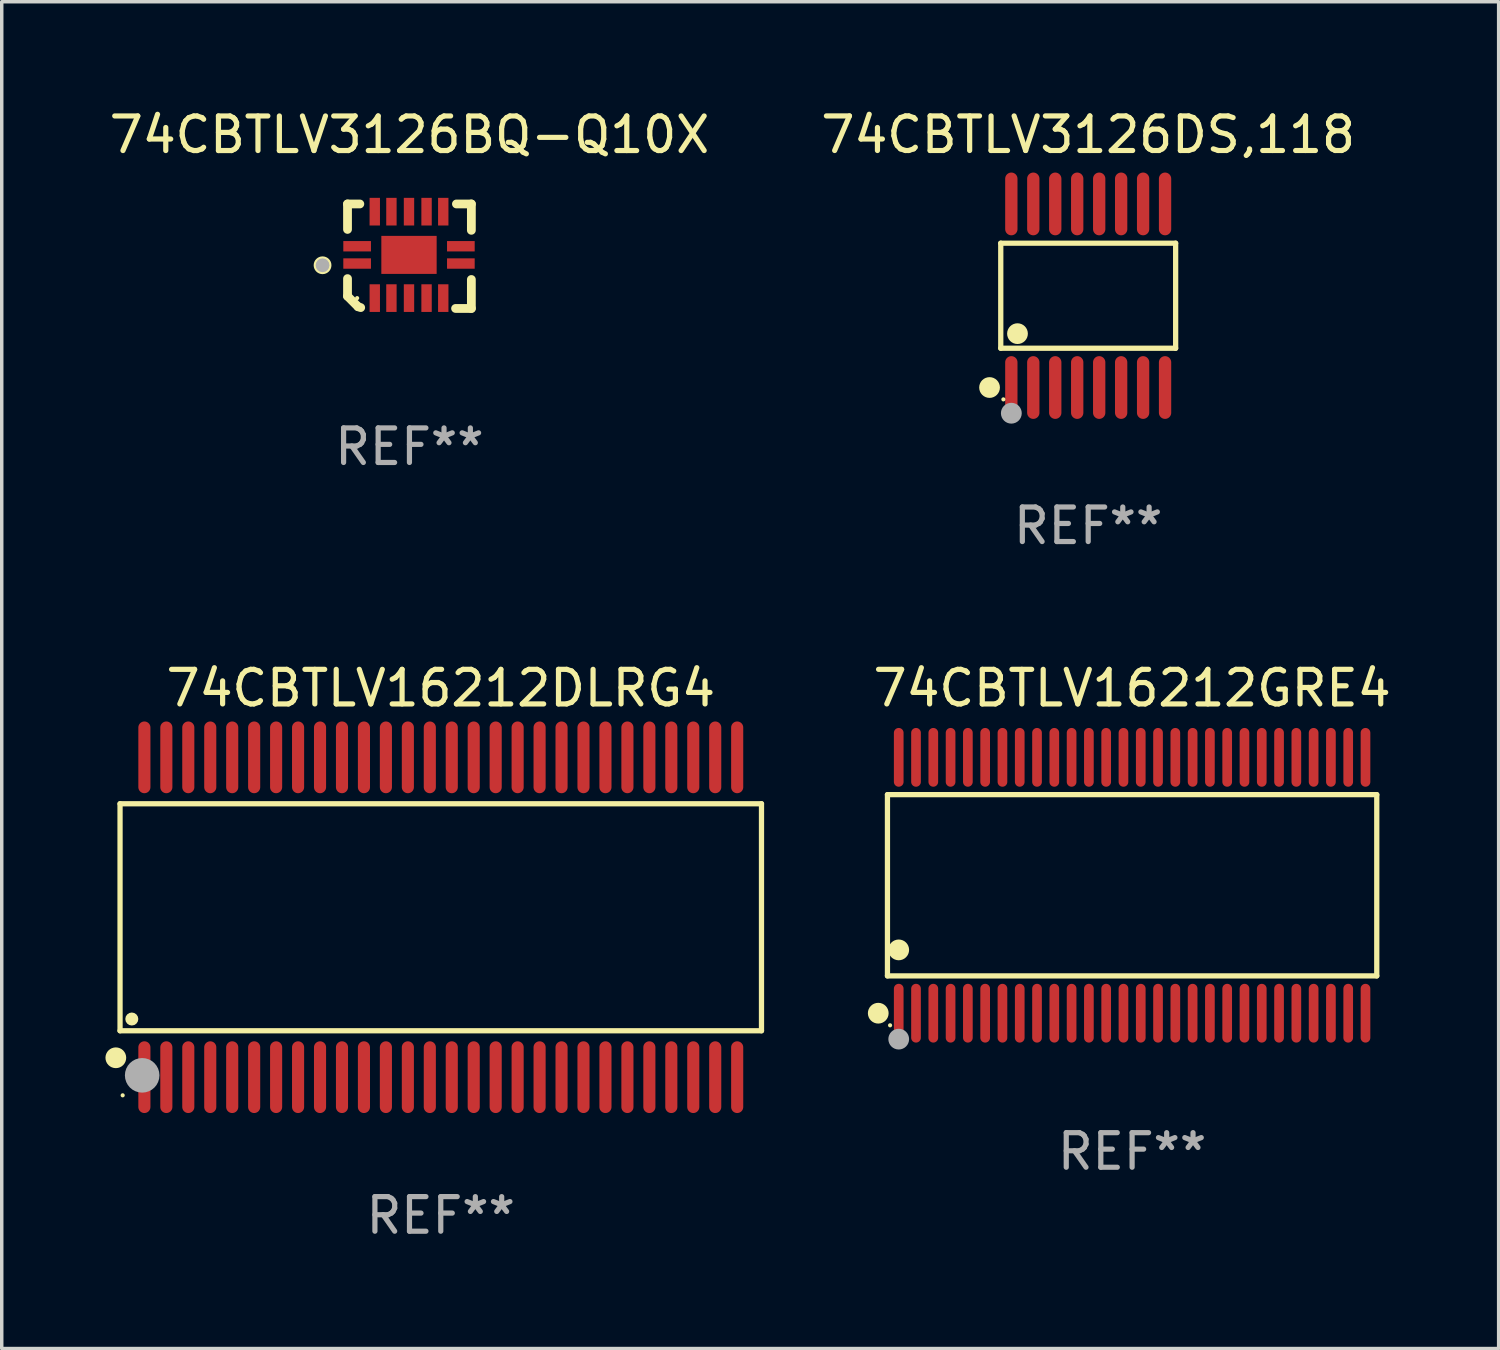
<source format=kicad_pcb>
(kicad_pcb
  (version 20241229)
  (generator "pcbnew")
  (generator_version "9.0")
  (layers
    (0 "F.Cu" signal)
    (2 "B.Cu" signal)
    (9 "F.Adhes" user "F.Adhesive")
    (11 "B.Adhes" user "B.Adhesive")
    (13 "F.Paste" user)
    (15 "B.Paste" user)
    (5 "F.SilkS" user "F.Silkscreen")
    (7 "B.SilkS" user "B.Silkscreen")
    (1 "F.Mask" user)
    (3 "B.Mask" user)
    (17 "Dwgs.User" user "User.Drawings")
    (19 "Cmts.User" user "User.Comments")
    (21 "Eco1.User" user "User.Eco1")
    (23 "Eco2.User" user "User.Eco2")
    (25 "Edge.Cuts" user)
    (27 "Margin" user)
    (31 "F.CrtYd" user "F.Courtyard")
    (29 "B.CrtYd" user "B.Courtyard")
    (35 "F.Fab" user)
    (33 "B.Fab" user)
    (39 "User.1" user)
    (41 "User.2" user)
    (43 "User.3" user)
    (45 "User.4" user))
  (footprint "74CBTLV16212DLRG4"
    (layer "F.Cu")
    (at 9.698 23.479)
    (property "Reference" "74CBTLV16212DLRG4" (at 0 -6.625 0) (layer "F.SilkS") (effects (font (size 1 1) (thickness 0.15))))
    (attr through_hole)
    (fp_line (start -9.276 -3.283) (end 9.276 -3.283) (stroke (width 0.152) (type solid)) (layer "F.SilkS"))
    (fp_line (start -9.276 3.283) (end -9.276 -3.283) (stroke (width 0.152) (type solid)) (layer "F.SilkS"))
    (fp_line (start 9.276 -3.283) (end 9.276 3.283) (stroke (width 0.152) (type solid)) (layer "F.SilkS"))
    (fp_line (start 9.276 3.283) (end -9.276 3.283) (stroke (width 0.152) (type solid)) (layer "F.SilkS"))
    (fp_circle (center -9.398 4.064) (end -9.248 4.064) (stroke (width 0.3) (type solid)) (fill no) (layer "F.SilkS"))
    (fp_circle (center -9.2 5.15) (end -9.17 5.15) (stroke (width 0.06) (type solid)) (fill no) (layer "F.SilkS"))
    (fp_circle (center -8.936 2.943) (end -8.842 2.943) (stroke (width 0.188) (type solid)) (fill no) (layer "F.SilkS"))
    (fp_circle (center -8.636 4.572) (end -8.386 4.572) (stroke (width 0.5) (type solid)) (fill no) (layer "F.Fab"))
    (fp_text user "REF**" (at 0 8.625 0) (layer "F.Fab") (effects (font (size 1 1) (thickness 0.15))))
    (pad "1" smd oval (at -8.572 4.625 90) (size 2.075 0.35) (layers "F.Cu" "F.Mask" "F.Paste"))
    (pad "2" smd oval (at -7.937 4.625 90) (size 2.075 0.35) (layers "F.Cu" "F.Mask" "F.Paste"))
    (pad "3" smd oval (at -7.302 4.625 90) (size 2.075 0.35) (layers "F.Cu" "F.Mask" "F.Paste"))
    (pad "4" smd oval (at -6.667 4.625 90) (size 2.075 0.35) (layers "F.Cu" "F.Mask" "F.Paste"))
    (pad "5" smd oval (at -6.032 4.625 90) (size 2.075 0.35) (layers "F.Cu" "F.Mask" "F.Paste"))
    (pad "6" smd oval (at -5.397 4.625 90) (size 2.075 0.35) (layers "F.Cu" "F.Mask" "F.Paste"))
    (pad "7" smd oval (at -4.762 4.625 90) (size 2.075 0.35) (layers "F.Cu" "F.Mask" "F.Paste"))
    (pad "8" smd oval (at -4.127 4.625 90) (size 2.075 0.35) (layers "F.Cu" "F.Mask" "F.Paste"))
    (pad "9" smd oval (at -3.492 4.625 90) (size 2.075 0.35) (layers "F.Cu" "F.Mask" "F.Paste"))
    (pad "10" smd oval (at -2.857 4.625 90) (size 2.075 0.35) (layers "F.Cu" "F.Mask" "F.Paste"))
    (pad "11" smd oval (at -2.222 4.625 90) (size 2.075 0.35) (layers "F.Cu" "F.Mask" "F.Paste"))
    (pad "12" smd oval (at -1.587 4.625 90) (size 2.075 0.35) (layers "F.Cu" "F.Mask" "F.Paste"))
    (pad "13" smd oval (at -0.952 4.625 90) (size 2.075 0.35) (layers "F.Cu" "F.Mask" "F.Paste"))
    (pad "14" smd oval (at -0.317 4.625 90) (size 2.075 0.35) (layers "F.Cu" "F.Mask" "F.Paste"))
    (pad "15" smd oval (at 0.318 4.625 90) (size 2.075 0.35) (layers "F.Cu" "F.Mask" "F.Paste"))
    (pad "16" smd oval (at 0.953 4.625 90) (size 2.075 0.35) (layers "F.Cu" "F.Mask" "F.Paste"))
    (pad "17" smd oval (at 1.588 4.625 90) (size 2.075 0.35) (layers "F.Cu" "F.Mask" "F.Paste"))
    (pad "18" smd oval (at 2.223 4.625 90) (size 2.075 0.35) (layers "F.Cu" "F.Mask" "F.Paste"))
    (pad "19" smd oval (at 2.858 4.625 90) (size 2.075 0.35) (layers "F.Cu" "F.Mask" "F.Paste"))
    (pad "20" smd oval (at 3.493 4.625 90) (size 2.075 0.35) (layers "F.Cu" "F.Mask" "F.Paste"))
    (pad "21" smd oval (at 4.128 4.625 90) (size 2.075 0.35) (layers "F.Cu" "F.Mask" "F.Paste"))
    (pad "22" smd oval (at 4.763 4.625 90) (size 2.075 0.35) (layers "F.Cu" "F.Mask" "F.Paste"))
    (pad "23" smd oval (at 5.398 4.625 90) (size 2.075 0.35) (layers "F.Cu" "F.Mask" "F.Paste"))
    (pad "24" smd oval (at 6.033 4.625 90) (size 2.075 0.35) (layers "F.Cu" "F.Mask" "F.Paste"))
    (pad "25" smd oval (at 6.668 4.625 90) (size 2.075 0.35) (layers "F.Cu" "F.Mask" "F.Paste"))
    (pad "26" smd oval (at 7.303 4.625 90) (size 2.075 0.35) (layers "F.Cu" "F.Mask" "F.Paste"))
    (pad "27" smd oval (at 7.938 4.625 90) (size 2.075 0.35) (layers "F.Cu" "F.Mask" "F.Paste"))
    (pad "28" smd oval (at 8.573 4.625 90) (size 2.075 0.35) (layers "F.Cu" "F.Mask" "F.Paste"))
    (pad "29" smd oval (at 8.573 -4.625 90) (size 2.075 0.35) (layers "F.Cu" "F.Mask" "F.Paste"))
    (pad "30" smd oval (at 7.938 -4.625 90) (size 2.075 0.35) (layers "F.Cu" "F.Mask" "F.Paste"))
    (pad "31" smd oval (at 7.303 -4.625 90) (size 2.075 0.35) (layers "F.Cu" "F.Mask" "F.Paste"))
    (pad "32" smd oval (at 6.668 -4.625 90) (size 2.075 0.35) (layers "F.Cu" "F.Mask" "F.Paste"))
    (pad "33" smd oval (at 6.033 -4.625 90) (size 2.075 0.35) (layers "F.Cu" "F.Mask" "F.Paste"))
    (pad "34" smd oval (at 5.398 -4.625 90) (size 2.075 0.35) (layers "F.Cu" "F.Mask" "F.Paste"))
    (pad "35" smd oval (at 4.763 -4.625 90) (size 2.075 0.35) (layers "F.Cu" "F.Mask" "F.Paste"))
    (pad "36" smd oval (at 4.128 -4.625 90) (size 2.075 0.35) (layers "F.Cu" "F.Mask" "F.Paste"))
    (pad "37" smd oval (at 3.493 -4.625 90) (size 2.075 0.35) (layers "F.Cu" "F.Mask" "F.Paste"))
    (pad "38" smd oval (at 2.858 -4.625 90) (size 2.075 0.35) (layers "F.Cu" "F.Mask" "F.Paste"))
    (pad "39" smd oval (at 2.223 -4.625 90) (size 2.075 0.35) (layers "F.Cu" "F.Mask" "F.Paste"))
    (pad "40" smd oval (at 1.588 -4.625 90) (size 2.075 0.35) (layers "F.Cu" "F.Mask" "F.Paste"))
    (pad "41" smd oval (at 0.953 -4.625 90) (size 2.075 0.35) (layers "F.Cu" "F.Mask" "F.Paste"))
    (pad "42" smd oval (at 0.318 -4.625 90) (size 2.075 0.35) (layers "F.Cu" "F.Mask" "F.Paste"))
    (pad "43" smd oval (at -0.317 -4.625 90) (size 2.075 0.35) (layers "F.Cu" "F.Mask" "F.Paste"))
    (pad "44" smd oval (at -0.952 -4.625 90) (size 2.075 0.35) (layers "F.Cu" "F.Mask" "F.Paste"))
    (pad "45" smd oval (at -1.587 -4.625 90) (size 2.075 0.35) (layers "F.Cu" "F.Mask" "F.Paste"))
    (pad "46" smd oval (at -2.222 -4.625 90) (size 2.075 0.35) (layers "F.Cu" "F.Mask" "F.Paste"))
    (pad "47" smd oval (at -2.857 -4.625 90) (size 2.075 0.35) (layers "F.Cu" "F.Mask" "F.Paste"))
    (pad "48" smd oval (at -3.492 -4.625 90) (size 2.075 0.35) (layers "F.Cu" "F.Mask" "F.Paste"))
    (pad "49" smd oval (at -4.127 -4.625 90) (size 2.075 0.35) (layers "F.Cu" "F.Mask" "F.Paste"))
    (pad "50" smd oval (at -4.762 -4.625 90) (size 2.075 0.35) (layers "F.Cu" "F.Mask" "F.Paste"))
    (pad "51" smd oval (at -5.397 -4.625 90) (size 2.075 0.35) (layers "F.Cu" "F.Mask" "F.Paste"))
    (pad "52" smd oval (at -6.032 -4.625 90) (size 2.075 0.35) (layers "F.Cu" "F.Mask" "F.Paste"))
    (pad "53" smd oval (at -6.667 -4.625 90) (size 2.075 0.35) (layers "F.Cu" "F.Mask" "F.Paste"))
    (pad "54" smd oval (at -7.302 -4.625 90) (size 2.075 0.35) (layers "F.Cu" "F.Mask" "F.Paste"))
    (pad "55" smd oval (at -7.937 -4.625 90) (size 2.075 0.35) (layers "F.Cu" "F.Mask" "F.Paste"))
    (pad "56" smd oval (at -8.572 -4.625 90) (size 2.075 0.35) (layers "F.Cu" "F.Mask" "F.Paste")))
  (footprint "74CBTLV16212GRE4"
    (layer "F.Cu")
    (at 29.693 22.554)
    (property "Reference" "74CBTLV16212GRE4" (at 0 -5.7 0) (layer "F.SilkS") (effects (font (size 1 1) (thickness 0.15))))
    (attr through_hole)
    (fp_line (start -7.076 -2.621) (end 7.076 -2.621) (stroke (width 0.152) (type solid)) (layer "F.SilkS"))
    (fp_line (start -7.076 2.621) (end -7.076 -2.621) (stroke (width 0.152) (type solid)) (layer "F.SilkS"))
    (fp_line (start 7.076 -2.621) (end 7.076 2.621) (stroke (width 0.152) (type solid)) (layer "F.SilkS"))
    (fp_line (start 7.076 2.621) (end -7.076 2.621) (stroke (width 0.152) (type solid)) (layer "F.SilkS"))
    (fp_circle (center -7.342 3.7) (end -7.192 3.7) (stroke (width 0.3) (type solid)) (fill no) (layer "F.SilkS"))
    (fp_circle (center -7 4.05) (end -6.97 4.05) (stroke (width 0.06) (type solid)) (fill no) (layer "F.SilkS"))
    (fp_circle (center -6.75 1.869) (end -6.6 1.869) (stroke (width 0.3) (type solid)) (fill no) (layer "F.SilkS"))
    (fp_circle (center -6.75 4.45) (end -6.6 4.45) (stroke (width 0.3) (type solid)) (fill no) (layer "F.Fab"))
    (fp_text user "REF**" (at 0 7.7 0) (layer "F.Fab") (effects (font (size 1 1) (thickness 0.15))))
    (pad "1" smd oval (at -6.75 3.7) (size 0.28 1.7) (layers "F.Cu" "F.Mask" "F.Paste"))
    (pad "2" smd oval (at -6.25 3.7) (size 0.28 1.7) (layers "F.Cu" "F.Mask" "F.Paste"))
    (pad "3" smd oval (at -5.75 3.7) (size 0.28 1.7) (layers "F.Cu" "F.Mask" "F.Paste"))
    (pad "4" smd oval (at -5.25 3.7) (size 0.28 1.7) (layers "F.Cu" "F.Mask" "F.Paste"))
    (pad "5" smd oval (at -4.75 3.7) (size 0.28 1.7) (layers "F.Cu" "F.Mask" "F.Paste"))
    (pad "6" smd oval (at -4.25 3.7) (size 0.28 1.7) (layers "F.Cu" "F.Mask" "F.Paste"))
    (pad "7" smd oval (at -3.75 3.7) (size 0.28 1.7) (layers "F.Cu" "F.Mask" "F.Paste"))
    (pad "8" smd oval (at -3.25 3.7) (size 0.28 1.7) (layers "F.Cu" "F.Mask" "F.Paste"))
    (pad "9" smd oval (at -2.75 3.7) (size 0.28 1.7) (layers "F.Cu" "F.Mask" "F.Paste"))
    (pad "10" smd oval (at -2.25 3.7) (size 0.28 1.7) (layers "F.Cu" "F.Mask" "F.Paste"))
    (pad "11" smd oval (at -1.75 3.7) (size 0.28 1.7) (layers "F.Cu" "F.Mask" "F.Paste"))
    (pad "12" smd oval (at -1.25 3.7) (size 0.28 1.7) (layers "F.Cu" "F.Mask" "F.Paste"))
    (pad "13" smd oval (at -0.75 3.7) (size 0.28 1.7) (layers "F.Cu" "F.Mask" "F.Paste"))
    (pad "14" smd oval (at -0.25 3.7) (size 0.28 1.7) (layers "F.Cu" "F.Mask" "F.Paste"))
    (pad "15" smd oval (at 0.25 3.7) (size 0.28 1.7) (layers "F.Cu" "F.Mask" "F.Paste"))
    (pad "16" smd oval (at 0.75 3.7) (size 0.28 1.7) (layers "F.Cu" "F.Mask" "F.Paste"))
    (pad "17" smd oval (at 1.25 3.7) (size 0.28 1.7) (layers "F.Cu" "F.Mask" "F.Paste"))
    (pad "18" smd oval (at 1.75 3.7) (size 0.28 1.7) (layers "F.Cu" "F.Mask" "F.Paste"))
    (pad "19" smd oval (at 2.25 3.7) (size 0.28 1.7) (layers "F.Cu" "F.Mask" "F.Paste"))
    (pad "20" smd oval (at 2.75 3.7) (size 0.28 1.7) (layers "F.Cu" "F.Mask" "F.Paste"))
    (pad "21" smd oval (at 3.25 3.7) (size 0.28 1.7) (layers "F.Cu" "F.Mask" "F.Paste"))
    (pad "22" smd oval (at 3.75 3.7) (size 0.28 1.7) (layers "F.Cu" "F.Mask" "F.Paste"))
    (pad "23" smd oval (at 4.25 3.7) (size 0.28 1.7) (layers "F.Cu" "F.Mask" "F.Paste"))
    (pad "24" smd oval (at 4.75 3.7) (size 0.28 1.7) (layers "F.Cu" "F.Mask" "F.Paste"))
    (pad "25" smd oval (at 5.25 3.7) (size 0.28 1.7) (layers "F.Cu" "F.Mask" "F.Paste"))
    (pad "26" smd oval (at 5.75 3.7) (size 0.28 1.7) (layers "F.Cu" "F.Mask" "F.Paste"))
    (pad "27" smd oval (at 6.25 3.7) (size 0.28 1.7) (layers "F.Cu" "F.Mask" "F.Paste"))
    (pad "28" smd oval (at 6.75 3.7) (size 0.28 1.7) (layers "F.Cu" "F.Mask" "F.Paste"))
    (pad "29" smd oval (at 6.75 -3.7) (size 0.28 1.7) (layers "F.Cu" "F.Mask" "F.Paste"))
    (pad "30" smd oval (at 6.25 -3.7) (size 0.28 1.7) (layers "F.Cu" "F.Mask" "F.Paste"))
    (pad "31" smd oval (at 5.75 -3.7) (size 0.28 1.7) (layers "F.Cu" "F.Mask" "F.Paste"))
    (pad "32" smd oval (at 5.25 -3.7) (size 0.28 1.7) (layers "F.Cu" "F.Mask" "F.Paste"))
    (pad "33" smd oval (at 4.75 -3.7) (size 0.28 1.7) (layers "F.Cu" "F.Mask" "F.Paste"))
    (pad "34" smd oval (at 4.25 -3.7) (size 0.28 1.7) (layers "F.Cu" "F.Mask" "F.Paste"))
    (pad "35" smd oval (at 3.75 -3.7) (size 0.28 1.7) (layers "F.Cu" "F.Mask" "F.Paste"))
    (pad "36" smd oval (at 3.25 -3.7) (size 0.28 1.7) (layers "F.Cu" "F.Mask" "F.Paste"))
    (pad "37" smd oval (at 2.75 -3.7) (size 0.28 1.7) (layers "F.Cu" "F.Mask" "F.Paste"))
    (pad "38" smd oval (at 2.25 -3.7) (size 0.28 1.7) (layers "F.Cu" "F.Mask" "F.Paste"))
    (pad "39" smd oval (at 1.75 -3.7) (size 0.28 1.7) (layers "F.Cu" "F.Mask" "F.Paste"))
    (pad "40" smd oval (at 1.25 -3.7) (size 0.28 1.7) (layers "F.Cu" "F.Mask" "F.Paste"))
    (pad "41" smd oval (at 0.75 -3.7) (size 0.28 1.7) (layers "F.Cu" "F.Mask" "F.Paste"))
    (pad "42" smd oval (at 0.25 -3.7) (size 0.28 1.7) (layers "F.Cu" "F.Mask" "F.Paste"))
    (pad "43" smd oval (at -0.25 -3.7) (size 0.28 1.7) (layers "F.Cu" "F.Mask" "F.Paste"))
    (pad "44" smd oval (at -0.75 -3.7) (size 0.28 1.7) (layers "F.Cu" "F.Mask" "F.Paste"))
    (pad "45" smd oval (at -1.25 -3.7) (size 0.28 1.7) (layers "F.Cu" "F.Mask" "F.Paste"))
    (pad "46" smd oval (at -1.75 -3.7) (size 0.28 1.7) (layers "F.Cu" "F.Mask" "F.Paste"))
    (pad "47" smd oval (at -2.25 -3.7) (size 0.28 1.7) (layers "F.Cu" "F.Mask" "F.Paste"))
    (pad "48" smd oval (at -2.75 -3.7) (size 0.28 1.7) (layers "F.Cu" "F.Mask" "F.Paste"))
    (pad "49" smd oval (at -3.25 -3.7) (size 0.28 1.7) (layers "F.Cu" "F.Mask" "F.Paste"))
    (pad "50" smd oval (at -3.75 -3.7) (size 0.28 1.7) (layers "F.Cu" "F.Mask" "F.Paste"))
    (pad "51" smd oval (at -4.25 -3.7) (size 0.28 1.7) (layers "F.Cu" "F.Mask" "F.Paste"))
    (pad "52" smd oval (at -4.75 -3.7) (size 0.28 1.7) (layers "F.Cu" "F.Mask" "F.Paste"))
    (pad "53" smd oval (at -5.25 -3.7) (size 0.28 1.7) (layers "F.Cu" "F.Mask" "F.Paste"))
    (pad "54" smd oval (at -5.75 -3.7) (size 0.28 1.7) (layers "F.Cu" "F.Mask" "F.Paste"))
    (pad "55" smd oval (at -6.25 -3.7) (size 0.28 1.7) (layers "F.Cu" "F.Mask" "F.Paste"))
    (pad "56" smd oval (at -6.75 -3.7) (size 0.28 1.7) (layers "F.Cu" "F.Mask" "F.Paste")))
  (footprint "74CBTLV3126DS,118"
    (layer "F.Cu")
    (at 28.423 5.503)
    (property "Reference" "74CBTLV3126DS,118" (at 0 -4.655 0) (layer "F.SilkS") (effects (font (size 1 1) (thickness 0.15))))
    (attr through_hole)
    (fp_line (start -2.529 -1.519) (end 2.529 -1.519) (stroke (width 0.152) (type solid)) (layer "F.SilkS"))
    (fp_line (start -2.529 1.519) (end -2.529 -1.519) (stroke (width 0.152) (type solid)) (layer "F.SilkS"))
    (fp_line (start 2.529 -1.519) (end 2.529 1.519) (stroke (width 0.152) (type solid)) (layer "F.SilkS"))
    (fp_line (start 2.529 1.519) (end -2.529 1.519) (stroke (width 0.152) (type solid)) (layer "F.SilkS"))
    (fp_circle (center -2.853 2.655) (end -2.703 2.655) (stroke (width 0.3) (type solid)) (fill no) (layer "F.SilkS"))
    (fp_circle (center -2.453 2.998) (end -2.423 2.998) (stroke (width 0.06) (type solid)) (fill no) (layer "F.SilkS"))
    (fp_circle (center -2.045 1.097) (end -1.895 1.097) (stroke (width 0.3) (type solid)) (fill no) (layer "F.SilkS"))
    (fp_circle (center -2.223 3.398) (end -2.072 3.398) (stroke (width 0.3) (type solid)) (fill no) (layer "F.Fab"))
    (fp_text user "REF**" (at 0 6.655 0) (layer "F.Fab") (effects (font (size 1 1) (thickness 0.15))))
    (pad "1" smd oval (at -2.223 2.655) (size 0.356 1.815) (layers "F.Cu" "F.Mask" "F.Paste"))
    (pad "2" smd oval (at -1.588 2.655) (size 0.356 1.815) (layers "F.Cu" "F.Mask" "F.Paste"))
    (pad "3" smd oval (at -0.953 2.655) (size 0.356 1.815) (layers "F.Cu" "F.Mask" "F.Paste"))
    (pad "4" smd oval (at -0.318 2.655) (size 0.356 1.815) (layers "F.Cu" "F.Mask" "F.Paste"))
    (pad "5" smd oval (at 0.318 2.655) (size 0.356 1.815) (layers "F.Cu" "F.Mask" "F.Paste"))
    (pad "6" smd oval (at 0.953 2.655) (size 0.356 1.815) (layers "F.Cu" "F.Mask" "F.Paste"))
    (pad "7" smd oval (at 1.588 2.655) (size 0.356 1.815) (layers "F.Cu" "F.Mask" "F.Paste"))
    (pad "8" smd oval (at 2.223 2.655) (size 0.356 1.815) (layers "F.Cu" "F.Mask" "F.Paste"))
    (pad "9" smd oval (at 2.223 -2.655) (size 0.356 1.815) (layers "F.Cu" "F.Mask" "F.Paste"))
    (pad "10" smd oval (at 1.588 -2.655) (size 0.356 1.815) (layers "F.Cu" "F.Mask" "F.Paste"))
    (pad "11" smd oval (at 0.953 -2.655) (size 0.356 1.815) (layers "F.Cu" "F.Mask" "F.Paste"))
    (pad "12" smd oval (at 0.318 -2.655) (size 0.356 1.815) (layers "F.Cu" "F.Mask" "F.Paste"))
    (pad "13" smd oval (at -0.318 -2.655) (size 0.356 1.815) (layers "F.Cu" "F.Mask" "F.Paste"))
    (pad "14" smd oval (at -0.953 -2.655) (size 0.356 1.815) (layers "F.Cu" "F.Mask" "F.Paste"))
    (pad "15" smd oval (at -1.588 -2.655) (size 0.356 1.815) (layers "F.Cu" "F.Mask" "F.Paste"))
    (pad "16" smd oval (at -2.223 -2.655) (size 0.356 1.815) (layers "F.Cu" "F.Mask" "F.Paste")))
  (footprint "74CBTLV3126BQ-Q10X"
    (layer "F.Cu")
    (at 8.792 4.36)
    (property "Reference" "74CBTLV3126BQ-Q10X" (at 0 -3.511 0) (layer "F.SilkS") (effects (font (size 1 1) (thickness 0.15))))
    (attr through_hole)
    (fp_line (start -1.791 -1.511) (end -1.435 -1.511) (stroke (width 0.254) (type solid)) (layer "F.SilkS"))
    (fp_line (start -1.791 -0.775) (end -1.791 -1.511) (stroke (width 0.254) (type solid)) (layer "F.SilkS"))
    (fp_line (start -1.791 1.156) (end -1.791 0.648) (stroke (width 0.254) (type solid)) (layer "F.SilkS"))
    (fp_line (start -1.486 1.461) (end -1.791 1.156) (stroke (width 0.254) (type solid)) (layer "F.SilkS"))
    (fp_line (start -1.41 1.486) (end -1.486 1.461) (stroke (width 0.254) (type solid)) (layer "F.SilkS"))
    (fp_line (start 1.334 1.511) (end 1.791 1.511) (stroke (width 0.254) (type solid)) (layer "F.SilkS"))
    (fp_line (start 1.791 -1.511) (end 1.359 -1.511) (stroke (width 0.254) (type solid)) (layer "F.SilkS"))
    (fp_line (start 1.791 -0.749) (end 1.791 -1.511) (stroke (width 0.254) (type solid)) (layer "F.SilkS"))
    (fp_line (start 1.791 1.511) (end 1.791 0.673) (stroke (width 0.254) (type solid)) (layer "F.SilkS"))
    (fp_circle (center -2.513 0.262) (end -2.383 0.262) (stroke (width 0.254) (type solid)) (fill no) (layer "F.SilkS"))
    (fp_circle (center -1.513 1.212) (end -1.483 1.212) (stroke (width 0.06) (type solid)) (fill no) (layer "F.SilkS"))
    (fp_circle (center -2.513 0.262) (end -2.413 0.262) (stroke (width 0.2) (type solid)) (fill no) (layer "F.Fab"))
    (fp_text user "REF**" (at 0 5.511 0) (layer "F.Fab") (effects (font (size 1 1) (thickness 0.15))))
    (pad "1" smd rect (at -1.513 0.212) (size 0.8 0.3) (layers "F.Cu" "F.Mask" "F.Paste"))
    (pad "2" smd rect (at -1.003 1.212) (size 0.3 0.8) (layers "F.Cu" "F.Mask" "F.Paste"))
    (pad "3" smd rect (at -0.521 1.212) (size 0.3 0.8) (layers "F.Cu" "F.Mask" "F.Paste"))
    (pad "4" smd rect (at -0.013 1.212) (size 0.3 0.8) (layers "F.Cu" "F.Mask" "F.Paste"))
    (pad "5" smd rect (at 0.495 1.212) (size 0.3 0.8) (layers "F.Cu" "F.Mask" "F.Paste"))
    (pad "6" smd rect (at 0.978 1.212) (size 0.3 0.8) (layers "F.Cu" "F.Mask" "F.Paste"))
    (pad "7" smd rect (at 1.487 0.212) (size 0.8 0.3) (layers "F.Cu" "F.Mask" "F.Paste"))
    (pad "8" smd rect (at 1.487 -0.288) (size 0.8 0.3) (layers "F.Cu" "F.Mask" "F.Paste"))
    (pad "9" smd rect (at 0.978 -1.288) (size 0.3 0.8) (layers "F.Cu" "F.Mask" "F.Paste"))
    (pad "10" smd rect (at 0.495 -1.288) (size 0.3 0.8) (layers "F.Cu" "F.Mask" "F.Paste"))
    (pad "11" smd rect (at -0.013 -1.288) (size 0.3 0.8) (layers "F.Cu" "F.Mask" "F.Paste"))
    (pad "12" smd rect (at -0.521 -1.288) (size 0.3 0.8) (layers "F.Cu" "F.Mask" "F.Paste"))
    (pad "13" smd rect (at -1.003 -1.288) (size 0.3 0.8) (layers "F.Cu" "F.Mask" "F.Paste"))
    (pad "14" smd rect (at -1.513 -0.288) (size 0.8 0.3) (layers "F.Cu" "F.Mask" "F.Paste"))
    (pad "15" smd rect (at -0.013 -0.038 90) (size 1.1 1.6) (layers "F.Cu" "F.Mask" "F.Paste")))
  (gr_rect
    (start -3 -3)
    (end 40.294 35.953)
    (stroke (width 0.1) (type default))
    (fill no)
    (layer "Edge.Cuts")))
</source>
